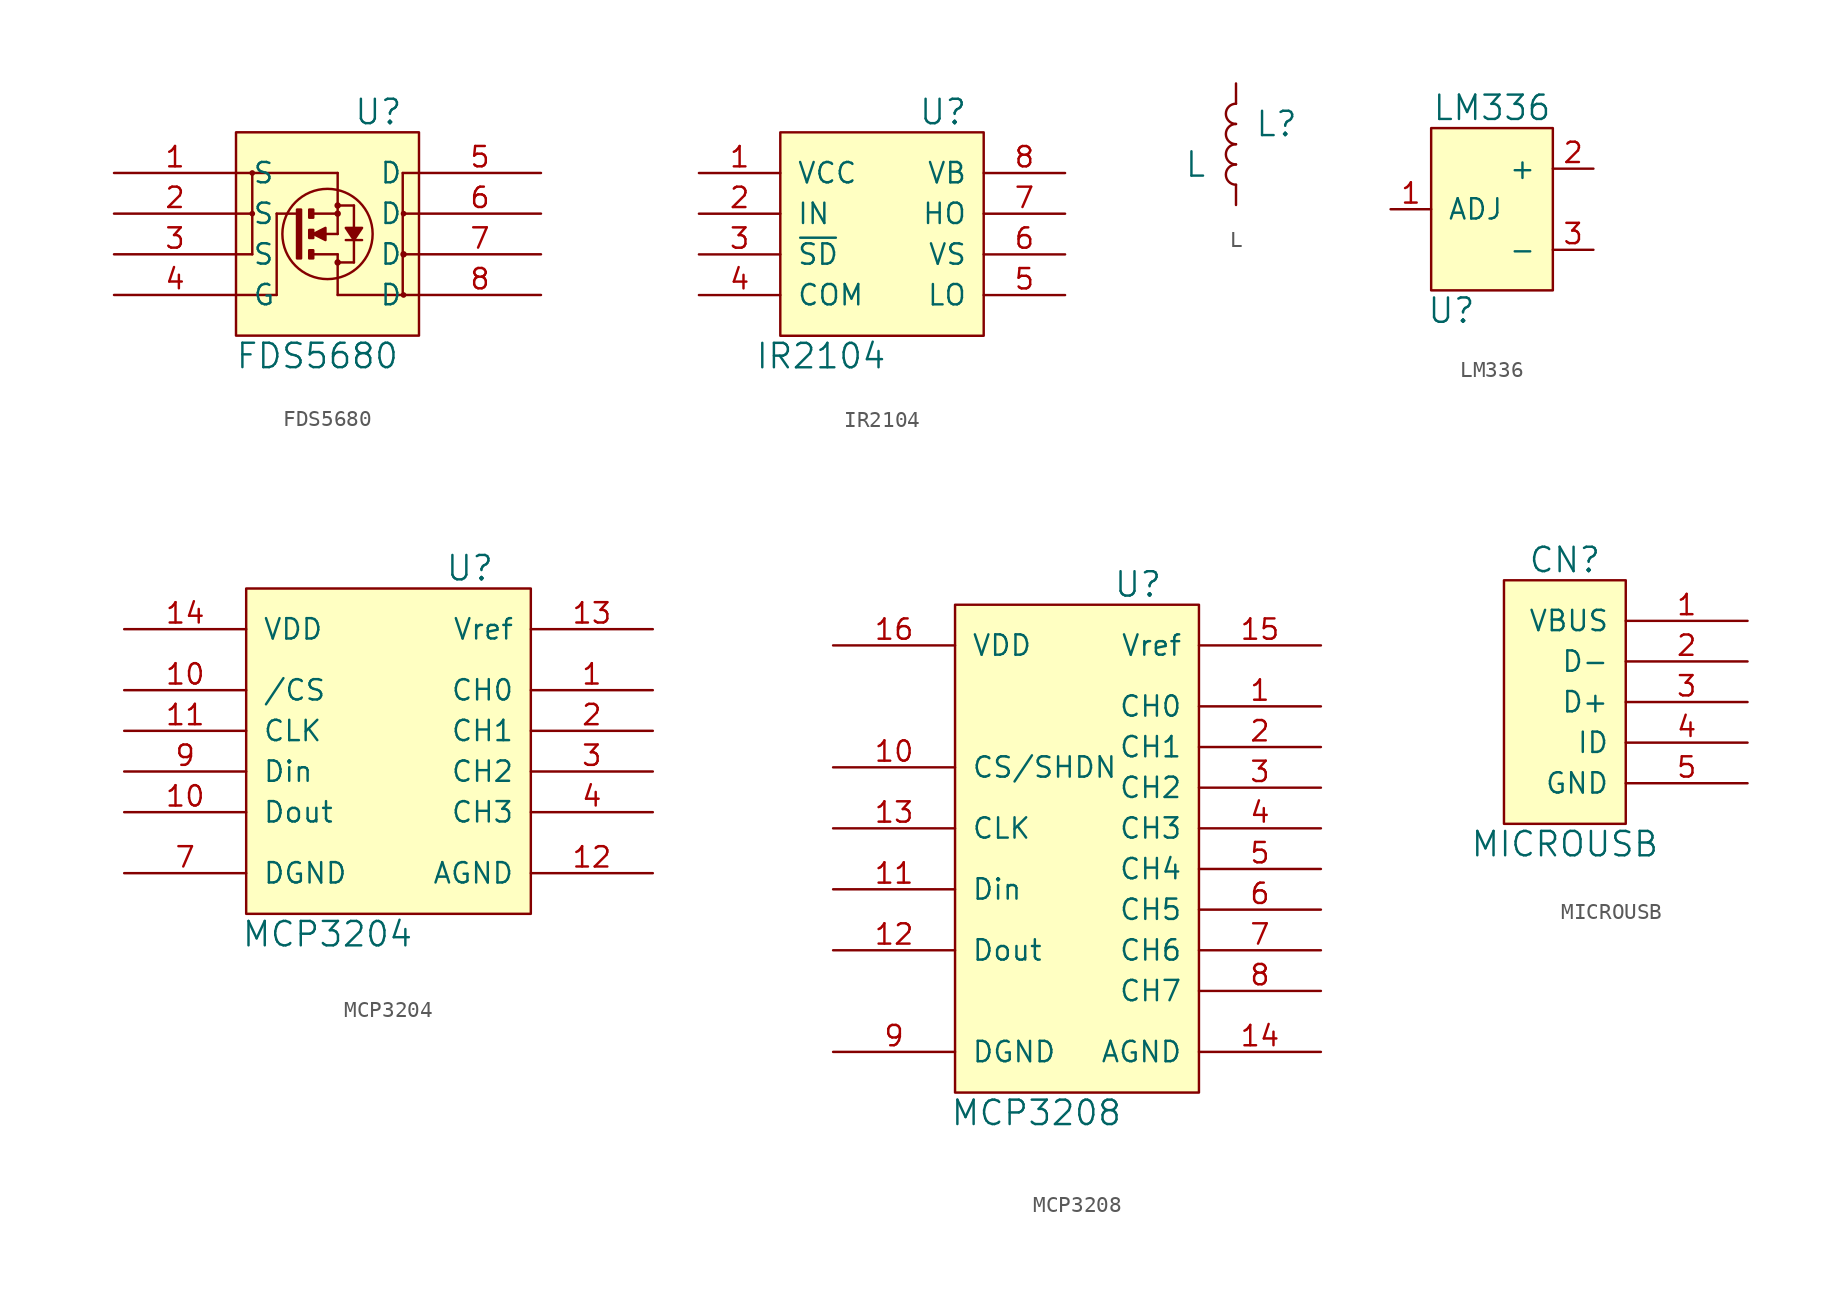
<source format=kicad_sym>
(kicad_symbol_lib
  (version 20220914)
  (generator kicad_symbol_editor)
  (symbol "FDS5680"
    (pin_names
      (offset 1.016))
    (property "Reference" "U"
      (at 2.54 7.62 0)
      (effects (font (size 1.524 1.524))))
    (property "Value" "FDS5680"
      (at -1.27 -7.62 0)
      (effects (font (size 1.524 1.524))))
    (property "Footprint" ""
      (at 0 0 0)
      (effects (font (size 1.524 1.524))))
    (property "Datasheet" ""
      (at 0 0 0)
      (effects (font (size 1.524 1.524))))
    (symbol "FDS5680_0_1"
      (rectangle (start -6.35 6.35) (end 5.08 -6.35) (stroke (width 0) (type default)) (fill (type background)))
      (circle (center -5.334 1.27) (radius 0.102) (stroke (width 0) (type default)) (fill (type none)))
      (circle (center -5.334 3.81) (radius 0.102) (stroke (width 0) (type default)) (fill (type none)))
      (rectangle (start -2.286 1.524) (end -2.54 -1.524) (stroke (width 0) (type default)) (fill (type outline)))
      (rectangle (start -1.778 -1.016) (end -1.524 -1.524) (stroke (width 0) (type default)) (fill (type outline)))
      (rectangle (start -1.778 0.254) (end -1.524 -0.254) (stroke (width 0) (type default)) (fill (type outline)))
      (rectangle (start -1.778 1.524) (end -1.524 1.016) (stroke (width 0) (type default)) (fill (type outline)))
      (circle (center -0.635 0) (radius 2.819) (stroke (width 0) (type default)) (fill (type none)))
      (circle (center 0 -1.778) (radius 0.127) (stroke (width 0) (type default)) (fill (type none)))
      (polyline (pts (xy -6.35 -1.27) (xy -5.334 -1.27) (xy -5.334 -1.27)) (stroke (width 0) (type default)) (fill (type none)))
      (polyline (pts (xy -6.35 1.27) (xy -5.334 1.27) (xy -5.334 1.27)) (stroke (width 0) (type default)) (fill (type none)))
      (polyline (pts (xy -6.35 3.81) (xy -5.334 3.81) (xy -5.334 3.81)) (stroke (width 0) (type default)) (fill (type none)))
      (polyline (pts (xy -5.334 -1.27) (xy -5.334 1.27) (xy -5.334 1.27)) (stroke (width 0) (type default)) (fill (type none)))
      (polyline (pts (xy -5.334 1.27) (xy -5.334 3.81) (xy -5.334 3.81)) (stroke (width 0) (type default)) (fill (type none)))
      (polyline (pts (xy -3.81 -3.81) (xy -6.35 -3.81) (xy -6.35 -3.81)) (stroke (width 0) (type default)) (fill (type none)))
      (polyline (pts (xy -2.54 1.27) (xy -3.81 1.27) (xy -3.81 1.27)) (stroke (width 0) (type default)) (fill (type none)))
      (polyline (pts (xy -1.524 -1.27) (xy 0 -1.27) (xy 0 -1.27)) (stroke (width 0) (type default)) (fill (type none)))
      (polyline (pts (xy -1.524 1.27) (xy 0 1.27) (xy 0 1.27)) (stroke (width 0) (type default)) (fill (type none)))
      (polyline (pts (xy -0.762 0) (xy 0 0) (xy 0 0)) (stroke (width 0) (type default)) (fill (type none)))
      (polyline (pts (xy 0 -1.778) (xy 1.016 -1.778) (xy 1.016 -1.778)) (stroke (width 0) (type default)) (fill (type none)))
      (polyline (pts (xy 0 -1.27) (xy 0 -3.81) (xy 0 -3.81)) (stroke (width 0) (type default)) (fill (type none)))
      (polyline (pts (xy 0 0) (xy 0 3.81) (xy 0 3.81)) (stroke (width 0) (type default)) (fill (type none)))
      (polyline (pts (xy 0.508 -0.381) (xy 1.524 -0.381) (xy 1.524 -0.381)) (stroke (width 0) (type default)) (fill (type none)))
      (polyline (pts (xy 1.016 1.778) (xy 1.016 -1.778) (xy 1.016 -1.778)) (stroke (width 0) (type default)) (fill (type outline)))
      (polyline (pts (xy 4.064 3.81) (xy 4.064 -3.81) (xy 4.064 -3.81)) (stroke (width 0) (type default)) (fill (type none)))
      (polyline (pts (xy 5.08 -3.81) (xy 0 -3.81) (xy 0 -3.81)) (stroke (width 0) (type default)) (fill (type none)))
      (polyline (pts (xy 5.08 -1.27) (xy 4.064 -1.27) (xy 4.064 -1.27)) (stroke (width 0) (type default)) (fill (type none)))
      (polyline (pts (xy 5.08 1.27) (xy 4.064 1.27) (xy 4.064 1.27)) (stroke (width 0) (type default)) (fill (type none)))
      (polyline (pts (xy 5.08 3.81) (xy 4.064 3.81) (xy 4.064 3.81)) (stroke (width 0) (type default)) (fill (type none)))
      (polyline (pts (xy -3.81 1.27) (xy -3.81 1.27) (xy -3.81 -3.81) (xy -3.81 -3.81)) (stroke (width 0) (type default)) (fill (type none)))
      (polyline (pts (xy -1.524 0) (xy -0.762 0.381) (xy -0.762 -0.381) (xy -1.524 0) (xy -1.524 0)) (stroke (width 0) (type default)) (fill (type outline)))
      (polyline (pts (xy 0 1.778) (xy 1.016 1.778) (xy 1.016 1.778) (xy 1.016 1.778) (xy 1.016 1.778)) (stroke (width 0) (type default)) (fill (type none)))
      (polyline (pts (xy 0.508 0.381) (xy 1.016 -0.381) (xy 1.524 0.381) (xy 0.508 0.381) (xy 0.508 0.381)) (stroke (width 0) (type default)) (fill (type outline)))
      (polyline (pts (xy -5.334 3.81) (xy -5.334 3.81) (xy 0 3.81) (xy 0 3.81) (xy 0 3.81) (xy 0 3.81)) (stroke (width 0) (type default)) (fill (type none)))
      (circle (center 0 1.27) (radius 0.127) (stroke (width 0) (type default)) (fill (type none)))
      (circle (center 0 1.778) (radius 0.127) (stroke (width 0) (type default)) (fill (type none)))
      (circle (center 4.115 -3.81) (radius 0.102) (stroke (width 0) (type default)) (fill (type none)))
      (circle (center 4.115 -1.27) (radius 0.127) (stroke (width 0) (type default)) (fill (type none)))
      (circle (center 4.115 1.27) (radius 0.102) (stroke (width 0) (type default)) (fill (type none))))
    (symbol "FDS5680_1_1"
      (pin passive line (at -13.97 3.81 0) (length 7.62) (name "S" (effects (font (size 1.27 1.27)))) (number "1" (effects (font (size 1.27 1.27)))))
      (pin passive line (at -13.97 1.27 0) (length 7.62) (name "S" (effects (font (size 1.27 1.27)))) (number "2" (effects (font (size 1.27 1.27)))))
      (pin passive line (at -13.97 -1.27 0) (length 7.62) (name "S" (effects (font (size 1.27 1.27)))) (number "3" (effects (font (size 1.27 1.27)))))
      (pin input line (at -13.97 -3.81 0) (length 7.62) (name "G" (effects (font (size 1.27 1.27)))) (number "4" (effects (font (size 1.27 1.27)))))
      (pin passive line (at 12.7 3.81 180) (length 7.62) (name "D" (effects (font (size 1.27 1.27)))) (number "5" (effects (font (size 1.27 1.27)))))
      (pin passive line (at 12.7 1.27 180) (length 7.62) (name "D" (effects (font (size 1.27 1.27)))) (number "6" (effects (font (size 1.27 1.27)))))
      (pin passive line (at 12.7 -1.27 180) (length 7.62) (name "D" (effects (font (size 1.27 1.27)))) (number "7" (effects (font (size 1.27 1.27)))))
      (pin passive line (at 12.7 -3.81 180) (length 7.62) (name "D" (effects (font (size 1.27 1.27)))) (number "8" (effects (font (size 1.27 1.27)))))))
  (symbol "IR2104"
    (pin_names
      (offset 1.016))
    (property "Reference" "U"
      (at 3.81 7.62 0)
      (effects (font (size 1.524 1.524))))
    (property "Value" "IR2104"
      (at -3.81 -7.62 0)
      (effects (font (size 1.524 1.524))))
    (property "Footprint" ""
      (at 3.81 7.62 0)
      (effects (font (size 1.524 1.524))))
    (property "Datasheet" ""
      (at 3.81 7.62 0)
      (effects (font (size 1.524 1.524))))
    (symbol "IR2104_0_1"
      (rectangle (start -6.35 6.35) (end 6.35 -6.35) (stroke (width 0) (type default)) (fill (type background))))
    (symbol "IR2104_1_1"
      (pin power_in line (at -11.43 3.81 0) (length 5.08) (name "VCC" (effects (font (size 1.27 1.27)))) (number "1" (effects (font (size 1.27 1.27)))))
      (pin input line (at -11.43 1.27 0) (length 5.08) (name "IN" (effects (font (size 1.27 1.27)))) (number "2" (effects (font (size 1.27 1.27)))))
      (pin input line (at -11.43 -1.27 0) (length 5.08) (name "~{SD}" (effects (font (size 1.27 1.27)))) (number "3" (effects (font (size 1.27 1.27)))))
      (pin power_in line (at -11.43 -3.81 0) (length 5.08) (name "COM" (effects (font (size 1.27 1.27)))) (number "4" (effects (font (size 1.27 1.27)))))
      (pin output line (at 11.43 -3.81 180) (length 5.08) (name "LO" (effects (font (size 1.27 1.27)))) (number "5" (effects (font (size 1.27 1.27)))))
      (pin passive line (at 11.43 -1.27 180) (length 5.08) (name "VS" (effects (font (size 1.27 1.27)))) (number "6" (effects (font (size 1.27 1.27)))))
      (pin output line (at 11.43 1.27 180) (length 5.08) (name "HO" (effects (font (size 1.27 1.27)))) (number "7" (effects (font (size 1.27 1.27)))))
      (pin input line (at 11.43 3.81 180) (length 5.08) (name "VB" (effects (font (size 1.27 1.27)))) (number "8" (effects (font (size 1.27 1.27)))))))
  (symbol "L"
    (pin_numbers hide)
    (pin_names
      (offset 1.016))
    (property "Reference" "L"
      (at 2.54 1.27 0)
      (effects (font (size 1.524 1.524))))
    (property "Value" "L"
      (at -2.54 -1.27 0)
      (effects (font (size 1.524 1.524))))
    (property "Footprint" ""
      (at -0.127 -0.889 90)
      (effects (font (size 1.524 1.524))))
    (property "Datasheet" ""
      (at -0.127 -0.889 90)
      (effects (font (size 1.524 1.524))))
    (symbol "L_0_0"
      (arc (start 0 -1.27) (mid -0.6323 -1.905) (end 0 -2.54) (stroke (width 0) (type default)) (fill (type none)))
      (arc (start 0 0) (mid -0.6323 -0.635) (end 0 -1.27) (stroke (width 0) (type default)) (fill (type none)))
      (arc (start 0 1.27) (mid -0.6323 0.635) (end 0 0) (stroke (width 0) (type default)) (fill (type none)))
      (arc (start 0 2.54) (mid -0.6323 1.905) (end 0 1.27) (stroke (width 0) (type default)) (fill (type none))))
    (symbol "L_1_1"
      (pin passive line (at 0 -3.81 90) (length 1.27) (name "~" (effects (font (size 1.27 1.27)))) (number "1" (effects (font (size 1.27 1.27)))))
      (pin passive line (at 0 3.81 270) (length 1.27) (name "~" (effects (font (size 1.27 1.27)))) (number "2" (effects (font (size 1.27 1.27)))))))
  (symbol "LM336"
    (pin_names
      (offset 1.016))
    (property "Reference" "U"
      (at -2.54 -6.35 0)
      (effects (font (size 1.524 1.524))))
    (property "Value" "LM336"
      (at 0 6.35 0)
      (effects (font (size 1.524 1.524))))
    (property "Footprint" ""
      (at 0 0 0)
      (effects (font (size 1.524 1.524))))
    (property "Datasheet" ""
      (at 0 0 0)
      (effects (font (size 1.524 1.524))))
    (symbol "LM336_0_1"
      (rectangle (start -3.81 5.08) (end 3.81 -5.08) (stroke (width 0) (type default)) (fill (type background))))
    (symbol "LM336_1_1"
      (pin input line (at -6.35 0 0) (length 2.54) (name "ADJ" (effects (font (size 1.27 1.27)))) (number "1" (effects (font (size 1.27 1.27)))))
      (pin input line (at 6.35 2.54 180) (length 2.54) (name "+" (effects (font (size 1.27 1.27)))) (number "2" (effects (font (size 1.27 1.27)))))
      (pin input line (at 6.35 -2.54 180) (length 2.54) (name "-" (effects (font (size 1.27 1.27)))) (number "3" (effects (font (size 1.27 1.27)))))))
  (symbol "MCP3204"
    (pin_names
      (offset 1.016))
    (property "Reference" "U"
      (at 5.08 11.43 0)
      (effects (font (size 1.524 1.524))))
    (property "Value" "MCP3204"
      (at -3.81 -11.43 0)
      (effects (font (size 1.524 1.524))))
    (property "Footprint" ""
      (at 0 0 0)
      (effects (font (size 1.524 1.524))))
    (property "Datasheet" ""
      (at 0 0 0)
      (effects (font (size 1.524 1.524))))
    (symbol "MCP3204_0_1"
      (rectangle (start -8.89 10.16) (end 8.89 -10.16) (stroke (width 0) (type default)) (fill (type background))))
    (symbol "MCP3204_1_1"
      (pin input line (at 16.51 3.81 180) (length 7.62) (name "CH0" (effects (font (size 1.27 1.27)))) (number "1" (effects (font (size 1.27 1.27)))))
      (pin input line (at -16.51 3.81 0) (length 7.62) (name "/CS" (effects (font (size 1.27 1.27)))) (number "10" (effects (font (size 1.27 1.27)))))
      (pin tri_state line (at -16.51 -3.81 0) (length 7.62) (name "Dout" (effects (font (size 1.27 1.27)))) (number "10" (effects (font (size 1.27 1.27)))))
      (pin input line (at -16.51 1.27 0) (length 7.62) (name "CLK" (effects (font (size 1.27 1.27)))) (number "11" (effects (font (size 1.27 1.27)))))
      (pin power_in line (at 16.51 -7.62 180) (length 7.62) (name "AGND" (effects (font (size 1.27 1.27)))) (number "12" (effects (font (size 1.27 1.27)))))
      (pin input line (at 16.51 7.62 180) (length 7.62) (name "Vref" (effects (font (size 1.27 1.27)))) (number "13" (effects (font (size 1.27 1.27)))))
      (pin power_in line (at -16.51 7.62 0) (length 7.62) (name "VDD" (effects (font (size 1.27 1.27)))) (number "14" (effects (font (size 1.27 1.27)))))
      (pin input line (at 16.51 1.27 180) (length 7.62) (name "CH1" (effects (font (size 1.27 1.27)))) (number "2" (effects (font (size 1.27 1.27)))))
      (pin input line (at 16.51 -1.27 180) (length 7.62) (name "CH2" (effects (font (size 1.27 1.27)))) (number "3" (effects (font (size 1.27 1.27)))))
      (pin input line (at 16.51 -3.81 180) (length 7.62) (name "CH3" (effects (font (size 1.27 1.27)))) (number "4" (effects (font (size 1.27 1.27)))))
      (pin power_in line (at -16.51 -7.62 0) (length 7.62) (name "DGND" (effects (font (size 1.27 1.27)))) (number "7" (effects (font (size 1.27 1.27)))))
      (pin input line (at -16.51 -1.27 0) (length 7.62) (name "Din" (effects (font (size 1.27 1.27)))) (number "9" (effects (font (size 1.27 1.27)))))))
  (symbol "MCP3208"
    (pin_names
      (offset 1.016))
    (property "Reference" "U"
      (at 3.81 16.51 0)
      (effects (font (size 1.524 1.524))))
    (property "Value" "MCP3208"
      (at -2.54 -16.51 0)
      (effects (font (size 1.524 1.524))))
    (property "Footprint" ""
      (at 0 0 0)
      (effects (font (size 1.524 1.524))))
    (property "Datasheet" ""
      (at 0 0 0)
      (effects (font (size 1.524 1.524))))
    (symbol "MCP3208_0_1"
      (rectangle (start -7.62 15.24) (end 7.62 -15.24) (stroke (width 0) (type default)) (fill (type background))))
    (symbol "MCP3208_1_1"
      (pin input line (at 15.24 8.89 180) (length 7.62) (name "CH0" (effects (font (size 1.27 1.27)))) (number "1" (effects (font (size 1.27 1.27)))))
      (pin input line (at -15.24 5.08 0) (length 7.62) (name "CS/SHDN" (effects (font (size 1.27 1.27)))) (number "10" (effects (font (size 1.27 1.27)))))
      (pin input line (at -15.24 -2.54 0) (length 7.62) (name "Din" (effects (font (size 1.27 1.27)))) (number "11" (effects (font (size 1.27 1.27)))))
      (pin tri_state line (at -15.24 -6.35 0) (length 7.62) (name "Dout" (effects (font (size 1.27 1.27)))) (number "12" (effects (font (size 1.27 1.27)))))
      (pin input line (at -15.24 1.27 0) (length 7.62) (name "CLK" (effects (font (size 1.27 1.27)))) (number "13" (effects (font (size 1.27 1.27)))))
      (pin power_in line (at 15.24 -12.7 180) (length 7.62) (name "AGND" (effects (font (size 1.27 1.27)))) (number "14" (effects (font (size 1.27 1.27)))))
      (pin power_in line (at 15.24 12.7 180) (length 7.62) (name "Vref" (effects (font (size 1.27 1.27)))) (number "15" (effects (font (size 1.27 1.27)))))
      (pin power_in line (at -15.24 12.7 0) (length 7.62) (name "VDD" (effects (font (size 1.27 1.27)))) (number "16" (effects (font (size 1.27 1.27)))))
      (pin input line (at 15.24 6.35 180) (length 7.62) (name "CH1" (effects (font (size 1.27 1.27)))) (number "2" (effects (font (size 1.27 1.27)))))
      (pin input line (at 15.24 3.81 180) (length 7.62) (name "CH2" (effects (font (size 1.27 1.27)))) (number "3" (effects (font (size 1.27 1.27)))))
      (pin input line (at 15.24 1.27 180) (length 7.62) (name "CH3" (effects (font (size 1.27 1.27)))) (number "4" (effects (font (size 1.27 1.27)))))
      (pin input line (at 15.24 -1.27 180) (length 7.62) (name "CH4" (effects (font (size 1.27 1.27)))) (number "5" (effects (font (size 1.27 1.27)))))
      (pin input line (at 15.24 -3.81 180) (length 7.62) (name "CH5" (effects (font (size 1.27 1.27)))) (number "6" (effects (font (size 1.27 1.27)))))
      (pin input line (at 15.24 -6.35 180) (length 7.62) (name "CH6" (effects (font (size 1.27 1.27)))) (number "7" (effects (font (size 1.27 1.27)))))
      (pin input line (at 15.24 -8.89 180) (length 7.62) (name "CH7" (effects (font (size 1.27 1.27)))) (number "8" (effects (font (size 1.27 1.27)))))
      (pin power_in line (at -15.24 -12.7 0) (length 7.62) (name "DGND" (effects (font (size 1.27 1.27)))) (number "9" (effects (font (size 1.27 1.27)))))))
  (symbol "MICROUSB"
    (pin_names
      (offset 1.016))
    (property "Reference" "CN"
      (at 0 8.89 0)
      (effects (font (size 1.524 1.524))))
    (property "Value" "MICROUSB"
      (at 0 -8.89 0)
      (effects (font (size 1.524 1.524))))
    (property "Footprint" ""
      (at 0 1.27 0)
      (effects (font (size 1.524 1.524))))
    (property "Datasheet" ""
      (at 0 1.27 0)
      (effects (font (size 1.524 1.524))))
    (symbol "MICROUSB_0_1"
      (rectangle (start -3.81 7.62) (end 3.81 -7.62) (stroke (width 0) (type default)) (fill (type background))))
    (symbol "MICROUSB_1_1"
      (pin power_out line (at 11.43 5.08 180) (length 7.62) (name "VBUS" (effects (font (size 1.27 1.27)))) (number "1" (effects (font (size 1.27 1.27)))))
      (pin bidirectional line (at 11.43 2.54 180) (length 7.62) (name "D-" (effects (font (size 1.27 1.27)))) (number "2" (effects (font (size 1.27 1.27)))))
      (pin bidirectional line (at 11.43 0 180) (length 7.62) (name "D+" (effects (font (size 1.27 1.27)))) (number "3" (effects (font (size 1.27 1.27)))))
      (pin bidirectional line (at 11.43 -2.54 180) (length 7.62) (name "ID" (effects (font (size 1.27 1.27)))) (number "4" (effects (font (size 1.27 1.27)))))
      (pin power_in line (at 11.43 -5.08 180) (length 7.62) (name "GND" (effects (font (size 1.27 1.27)))) (number "5" (effects (font (size 1.27 1.27))))))))
</source>
